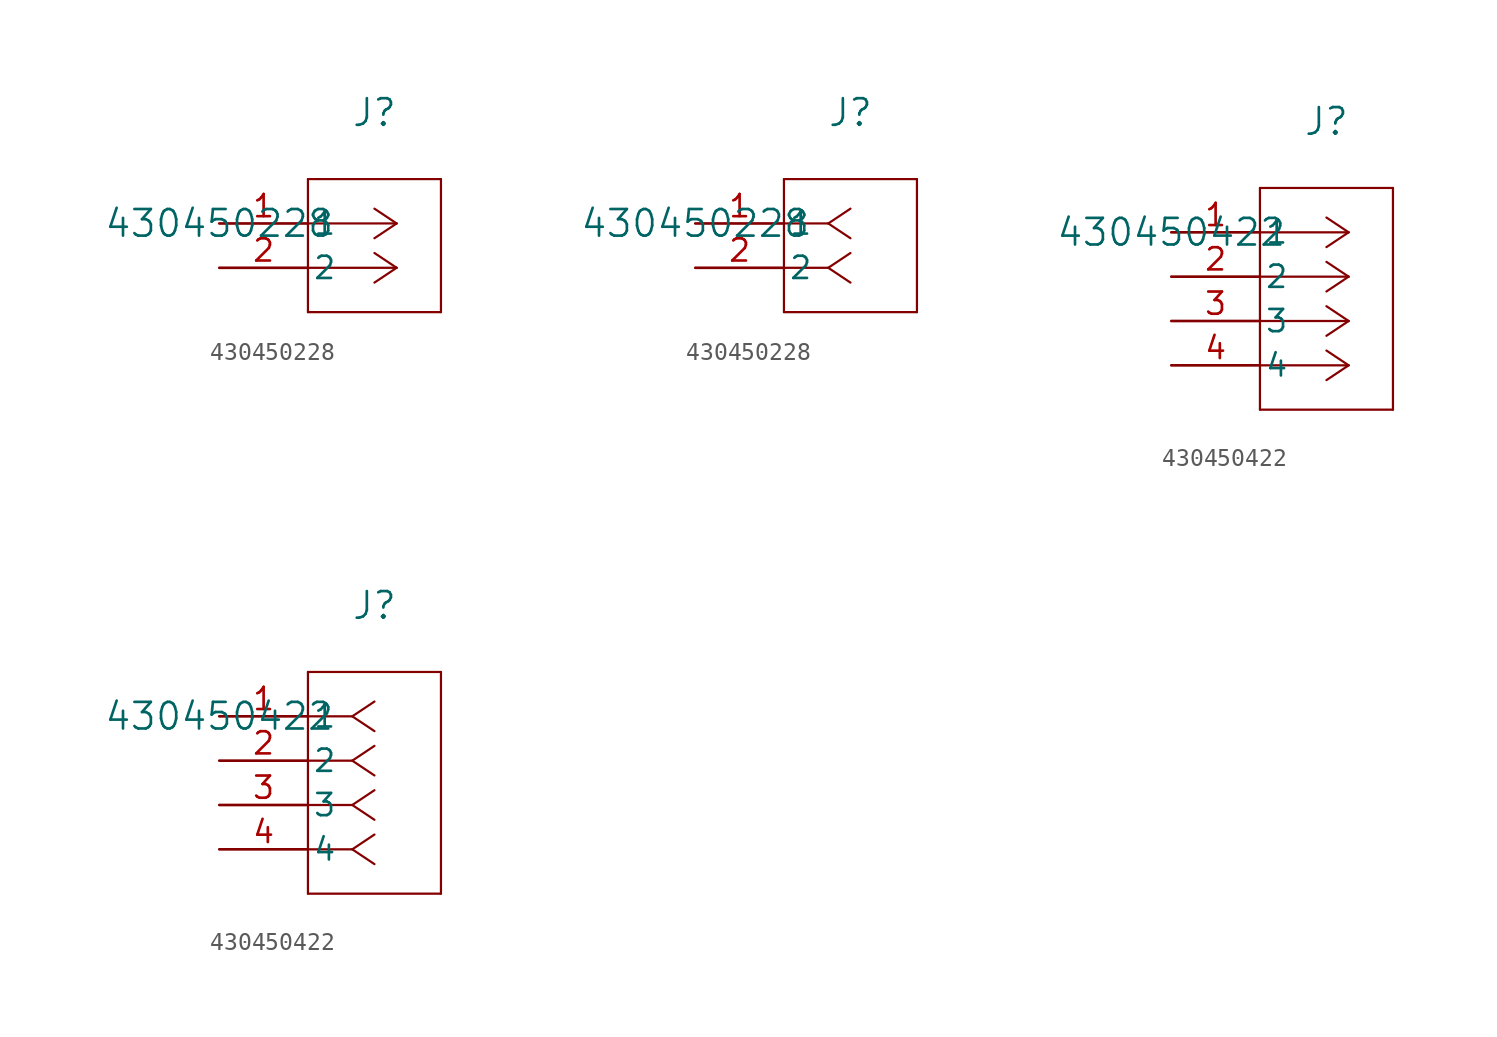
<source format=kicad_sym>
(kicad_symbol_lib
  (version 20231120)
  (generator "kicad_symbol_editor")
  (generator_version "8.0")
  (symbol "430450228"
    (pin_names
      (offset 0.254))
    (property "Reference" "J"
      (at 8.89 6.35 0)
      (effects (font (size 1.524 1.524))))
    (property "Value" "430450228"
      (at 0 0 0)
      (effects (font (size 1.524 1.524))))
    (property "ki_locked" ""
      (at 0 0 0)
      (effects (font (size 1.27 1.27))))
    (symbol "430450228_1_1"
      (polyline (pts (xy 5.08 -5.08) (xy 12.7 -5.08)) (stroke (width 0.127) (type default)) (fill (type none)))
      (polyline (pts (xy 5.08 2.54) (xy 5.08 -5.08)) (stroke (width 0.127) (type default)) (fill (type none)))
      (polyline (pts (xy 10.16 -2.54) (xy 5.08 -2.54)) (stroke (width 0.127) (type default)) (fill (type none)))
      (polyline (pts (xy 10.16 -2.54) (xy 8.89 -3.387)) (stroke (width 0.127) (type default)) (fill (type none)))
      (polyline (pts (xy 10.16 -2.54) (xy 8.89 -1.693)) (stroke (width 0.127) (type default)) (fill (type none)))
      (polyline (pts (xy 10.16 0) (xy 5.08 0)) (stroke (width 0.127) (type default)) (fill (type none)))
      (polyline (pts (xy 10.16 0) (xy 8.89 -0.847)) (stroke (width 0.127) (type default)) (fill (type none)))
      (polyline (pts (xy 10.16 0) (xy 8.89 0.847)) (stroke (width 0.127) (type default)) (fill (type none)))
      (polyline (pts (xy 12.7 -5.08) (xy 12.7 2.54)) (stroke (width 0.127) (type default)) (fill (type none)))
      (polyline (pts (xy 12.7 2.54) (xy 5.08 2.54)) (stroke (width 0.127) (type default)) (fill (type none)))
      (pin unspecified line (at 0 0 0) (length 5.08) (name "1" (effects (font (size 1.27 1.27)))) (number "1" (effects (font (size 1.27 1.27)))))
      (pin unspecified line (at 0 -2.54 0) (length 5.08) (name "2" (effects (font (size 1.27 1.27)))) (number "2" (effects (font (size 1.27 1.27))))))
    (symbol "430450228_1_2"
      (polyline (pts (xy 5.08 -5.08) (xy 12.7 -5.08)) (stroke (width 0.127) (type default)) (fill (type none)))
      (polyline (pts (xy 5.08 2.54) (xy 5.08 -5.08)) (stroke (width 0.127) (type default)) (fill (type none)))
      (polyline (pts (xy 7.62 -2.54) (xy 5.08 -2.54)) (stroke (width 0.127) (type default)) (fill (type none)))
      (polyline (pts (xy 7.62 -2.54) (xy 8.89 -3.387)) (stroke (width 0.127) (type default)) (fill (type none)))
      (polyline (pts (xy 7.62 -2.54) (xy 8.89 -1.693)) (stroke (width 0.127) (type default)) (fill (type none)))
      (polyline (pts (xy 7.62 0) (xy 5.08 0)) (stroke (width 0.127) (type default)) (fill (type none)))
      (polyline (pts (xy 7.62 0) (xy 8.89 -0.847)) (stroke (width 0.127) (type default)) (fill (type none)))
      (polyline (pts (xy 7.62 0) (xy 8.89 0.847)) (stroke (width 0.127) (type default)) (fill (type none)))
      (polyline (pts (xy 12.7 -5.08) (xy 12.7 2.54)) (stroke (width 0.127) (type default)) (fill (type none)))
      (polyline (pts (xy 12.7 2.54) (xy 5.08 2.54)) (stroke (width 0.127) (type default)) (fill (type none)))
      (pin unspecified line (at 0 0 0) (length 5.08) (name "1" (effects (font (size 1.27 1.27)))) (number "1" (effects (font (size 1.27 1.27)))))
      (pin unspecified line (at 0 -2.54 0) (length 5.08) (name "2" (effects (font (size 1.27 1.27)))) (number "2" (effects (font (size 1.27 1.27)))))))
  (symbol "430450422"
    (pin_names
      (offset 0.254))
    (property "Reference" "J"
      (at 8.89 6.35 0)
      (effects (font (size 1.524 1.524))))
    (property "Value" "430450422"
      (at 0 0 0)
      (effects (font (size 1.524 1.524))))
    (symbol "430450422_1_1"
      (polyline (pts (xy 5.08 -10.16) (xy 12.7 -10.16)) (stroke (width 0.127) (type default)) (fill (type none)))
      (polyline (pts (xy 5.08 2.54) (xy 5.08 -10.16)) (stroke (width 0.127) (type default)) (fill (type none)))
      (polyline (pts (xy 10.16 -7.62) (xy 5.08 -7.62)) (stroke (width 0.127) (type default)) (fill (type none)))
      (polyline (pts (xy 10.16 -7.62) (xy 8.89 -8.467)) (stroke (width 0.127) (type default)) (fill (type none)))
      (polyline (pts (xy 10.16 -7.62) (xy 8.89 -6.773)) (stroke (width 0.127) (type default)) (fill (type none)))
      (polyline (pts (xy 10.16 -5.08) (xy 5.08 -5.08)) (stroke (width 0.127) (type default)) (fill (type none)))
      (polyline (pts (xy 10.16 -5.08) (xy 8.89 -5.927)) (stroke (width 0.127) (type default)) (fill (type none)))
      (polyline (pts (xy 10.16 -5.08) (xy 8.89 -4.233)) (stroke (width 0.127) (type default)) (fill (type none)))
      (polyline (pts (xy 10.16 -2.54) (xy 5.08 -2.54)) (stroke (width 0.127) (type default)) (fill (type none)))
      (polyline (pts (xy 10.16 -2.54) (xy 8.89 -3.387)) (stroke (width 0.127) (type default)) (fill (type none)))
      (polyline (pts (xy 10.16 -2.54) (xy 8.89 -1.693)) (stroke (width 0.127) (type default)) (fill (type none)))
      (polyline (pts (xy 10.16 0) (xy 5.08 0)) (stroke (width 0.127) (type default)) (fill (type none)))
      (polyline (pts (xy 10.16 0) (xy 8.89 -0.847)) (stroke (width 0.127) (type default)) (fill (type none)))
      (polyline (pts (xy 10.16 0) (xy 8.89 0.847)) (stroke (width 0.127) (type default)) (fill (type none)))
      (polyline (pts (xy 12.7 -10.16) (xy 12.7 2.54)) (stroke (width 0.127) (type default)) (fill (type none)))
      (polyline (pts (xy 12.7 2.54) (xy 5.08 2.54)) (stroke (width 0.127) (type default)) (fill (type none)))
      (pin unspecified line (at 0 0 0) (length 5.08) (name "1" (effects (font (size 1.27 1.27)))) (number "1" (effects (font (size 1.27 1.27)))))
      (pin unspecified line (at 0 -2.54 0) (length 5.08) (name "2" (effects (font (size 1.27 1.27)))) (number "2" (effects (font (size 1.27 1.27)))))
      (pin unspecified line (at 0 -5.08 0) (length 5.08) (name "3" (effects (font (size 1.27 1.27)))) (number "3" (effects (font (size 1.27 1.27)))))
      (pin unspecified line (at 0 -7.62 0) (length 5.08) (name "4" (effects (font (size 1.27 1.27)))) (number "4" (effects (font (size 1.27 1.27))))))
    (symbol "430450422_1_2"
      (polyline (pts (xy 5.08 -10.16) (xy 12.7 -10.16)) (stroke (width 0.127) (type default)) (fill (type none)))
      (polyline (pts (xy 5.08 2.54) (xy 5.08 -10.16)) (stroke (width 0.127) (type default)) (fill (type none)))
      (polyline (pts (xy 7.62 -7.62) (xy 5.08 -7.62)) (stroke (width 0.127) (type default)) (fill (type none)))
      (polyline (pts (xy 7.62 -7.62) (xy 8.89 -8.467)) (stroke (width 0.127) (type default)) (fill (type none)))
      (polyline (pts (xy 7.62 -7.62) (xy 8.89 -6.773)) (stroke (width 0.127) (type default)) (fill (type none)))
      (polyline (pts (xy 7.62 -5.08) (xy 5.08 -5.08)) (stroke (width 0.127) (type default)) (fill (type none)))
      (polyline (pts (xy 7.62 -5.08) (xy 8.89 -5.927)) (stroke (width 0.127) (type default)) (fill (type none)))
      (polyline (pts (xy 7.62 -5.08) (xy 8.89 -4.233)) (stroke (width 0.127) (type default)) (fill (type none)))
      (polyline (pts (xy 7.62 -2.54) (xy 5.08 -2.54)) (stroke (width 0.127) (type default)) (fill (type none)))
      (polyline (pts (xy 7.62 -2.54) (xy 8.89 -3.387)) (stroke (width 0.127) (type default)) (fill (type none)))
      (polyline (pts (xy 7.62 -2.54) (xy 8.89 -1.693)) (stroke (width 0.127) (type default)) (fill (type none)))
      (polyline (pts (xy 7.62 0) (xy 5.08 0)) (stroke (width 0.127) (type default)) (fill (type none)))
      (polyline (pts (xy 7.62 0) (xy 8.89 -0.847)) (stroke (width 0.127) (type default)) (fill (type none)))
      (polyline (pts (xy 7.62 0) (xy 8.89 0.847)) (stroke (width 0.127) (type default)) (fill (type none)))
      (polyline (pts (xy 12.7 -10.16) (xy 12.7 2.54)) (stroke (width 0.127) (type default)) (fill (type none)))
      (polyline (pts (xy 12.7 2.54) (xy 5.08 2.54)) (stroke (width 0.127) (type default)) (fill (type none)))
      (pin unspecified line (at 0 0 0) (length 5.08) (name "1" (effects (font (size 1.27 1.27)))) (number "1" (effects (font (size 1.27 1.27)))))
      (pin unspecified line (at 0 -2.54 0) (length 5.08) (name "2" (effects (font (size 1.27 1.27)))) (number "2" (effects (font (size 1.27 1.27)))))
      (pin unspecified line (at 0 -5.08 0) (length 5.08) (name "3" (effects (font (size 1.27 1.27)))) (number "3" (effects (font (size 1.27 1.27)))))
      (pin unspecified line (at 0 -7.62 0) (length 5.08) (name "4" (effects (font (size 1.27 1.27)))) (number "4" (effects (font (size 1.27 1.27))))))))
</source>
